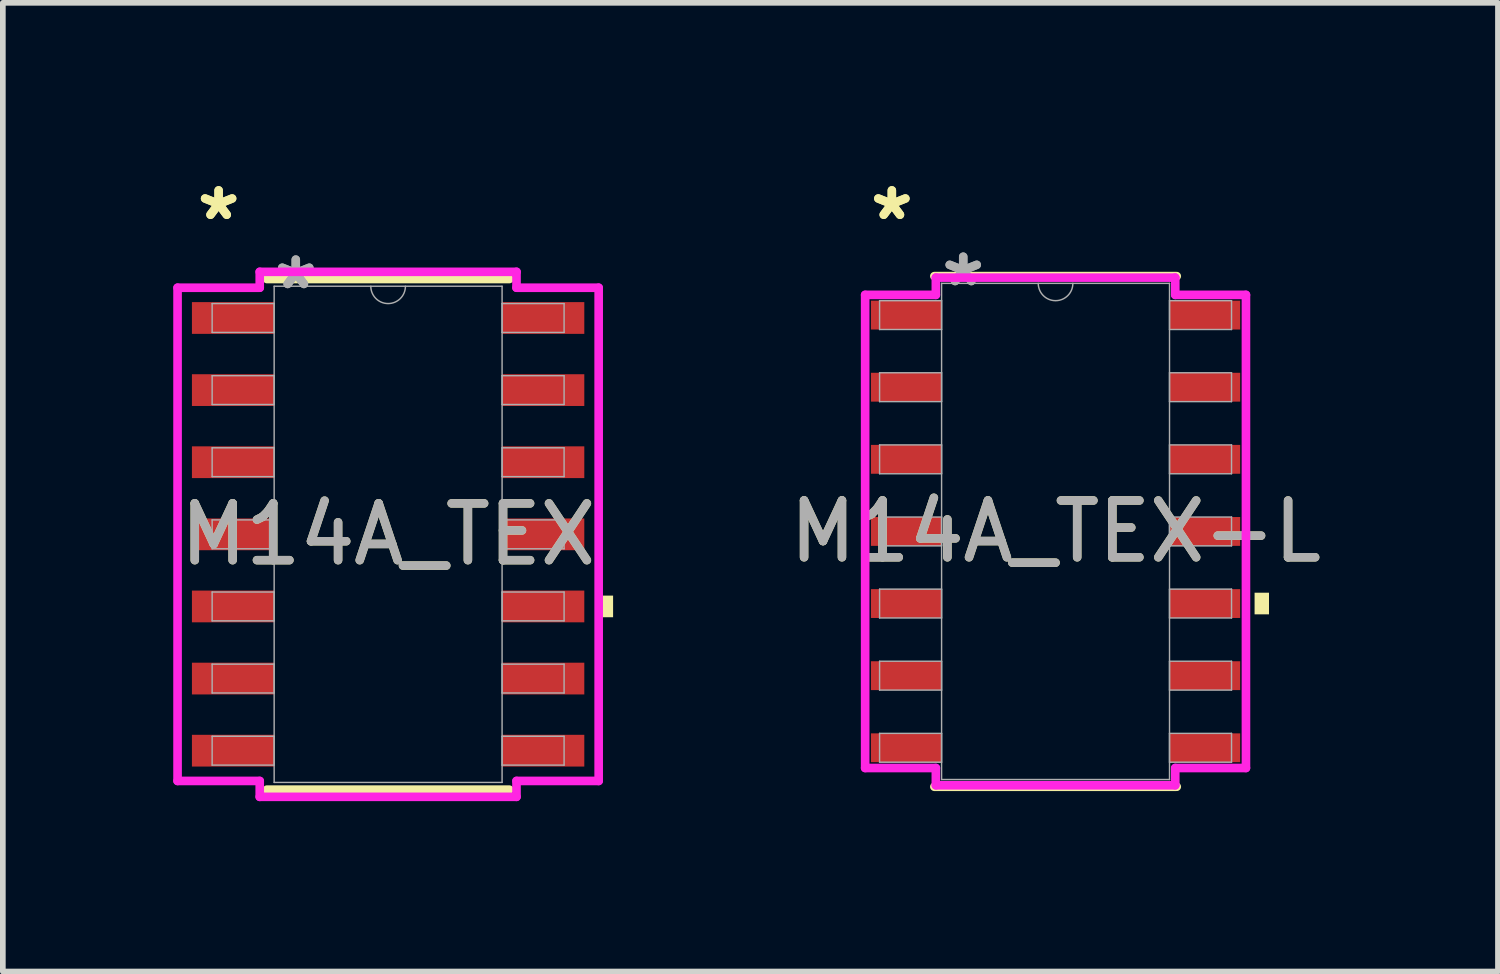
<source format=kicad_pcb>
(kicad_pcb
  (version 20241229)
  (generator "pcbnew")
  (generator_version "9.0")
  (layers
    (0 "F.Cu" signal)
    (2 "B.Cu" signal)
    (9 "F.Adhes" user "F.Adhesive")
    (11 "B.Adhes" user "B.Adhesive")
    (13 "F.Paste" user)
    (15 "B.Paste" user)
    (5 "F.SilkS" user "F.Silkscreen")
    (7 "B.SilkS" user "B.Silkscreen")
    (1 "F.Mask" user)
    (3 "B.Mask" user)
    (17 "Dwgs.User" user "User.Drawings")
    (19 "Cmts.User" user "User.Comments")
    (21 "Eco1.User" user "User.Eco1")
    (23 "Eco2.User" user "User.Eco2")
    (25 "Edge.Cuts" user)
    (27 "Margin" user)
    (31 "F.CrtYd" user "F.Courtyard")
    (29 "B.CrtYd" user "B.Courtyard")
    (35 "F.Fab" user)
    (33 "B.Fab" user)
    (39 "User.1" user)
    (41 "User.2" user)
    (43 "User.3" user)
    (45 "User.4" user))
  (footprint "M14A_TEX-L"
    (layer "F.Cu")
    (at 15.539 6.309)
    (property "Reference" "M14A_TEX-L" (at 0 0 0) (unlocked yes) (layer "F.SilkS") (effects (font (size 1 1) (thickness 0.15))))
    (attr smd)
    (fp_line (start -2.134 4.496) (end 2.134 4.496) (stroke (width 0.152) (type solid)) (layer "F.SilkS"))
    (fp_line (start 2.134 -4.496) (end -2.134 -4.496) (stroke (width 0.152) (type solid)) (layer "F.SilkS"))
    (fp_poly (pts (xy 3.759 1.079) (xy 3.759 1.46) (xy 3.505 1.46) (xy 3.505 1.079)) (stroke (width 0) (type solid)) (fill yes) (layer "F.SilkS"))
    (fp_line (start -3.353 -4.166) (end -2.108 -4.166) (stroke (width 0.152) (type solid)) (layer "F.CrtYd"))
    (fp_line (start -3.353 4.166) (end -3.353 -4.166) (stroke (width 0.152) (type solid)) (layer "F.CrtYd"))
    (fp_line (start -3.353 4.166) (end -2.108 4.166) (stroke (width 0.152) (type solid)) (layer "F.CrtYd"))
    (fp_line (start -2.108 -4.47) (end 2.108 -4.47) (stroke (width 0.152) (type solid)) (layer "F.CrtYd"))
    (fp_line (start -2.108 -4.166) (end -2.108 -4.47) (stroke (width 0.152) (type solid)) (layer "F.CrtYd"))
    (fp_line (start -2.108 4.47) (end -2.108 4.166) (stroke (width 0.152) (type solid)) (layer "F.CrtYd"))
    (fp_line (start 2.108 -4.47) (end 2.108 -4.166) (stroke (width 0.152) (type solid)) (layer "F.CrtYd"))
    (fp_line (start 2.108 4.166) (end 2.108 4.47) (stroke (width 0.152) (type solid)) (layer "F.CrtYd"))
    (fp_line (start 2.108 4.47) (end -2.108 4.47) (stroke (width 0.152) (type solid)) (layer "F.CrtYd"))
    (fp_line (start 3.353 -4.166) (end 2.108 -4.166) (stroke (width 0.152) (type solid)) (layer "F.CrtYd"))
    (fp_line (start 3.353 -4.166) (end 3.353 4.166) (stroke (width 0.152) (type solid)) (layer "F.CrtYd"))
    (fp_line (start 3.353 4.166) (end 2.108 4.166) (stroke (width 0.152) (type solid)) (layer "F.CrtYd"))
    (fp_line (start -3.099 -4.064) (end -3.099 -3.556) (stroke (width 0.025) (type solid)) (layer "F.Fab"))
    (fp_line (start -3.099 -3.556) (end -2.007 -3.556) (stroke (width 0.025) (type solid)) (layer "F.Fab"))
    (fp_line (start -3.099 -2.794) (end -3.099 -2.286) (stroke (width 0.025) (type solid)) (layer "F.Fab"))
    (fp_line (start -3.099 -2.286) (end -2.007 -2.286) (stroke (width 0.025) (type solid)) (layer "F.Fab"))
    (fp_line (start -3.099 -1.524) (end -3.099 -1.016) (stroke (width 0.025) (type solid)) (layer "F.Fab"))
    (fp_line (start -3.099 -1.016) (end -2.007 -1.016) (stroke (width 0.025) (type solid)) (layer "F.Fab"))
    (fp_line (start -3.099 -0.254) (end -3.099 0.254) (stroke (width 0.025) (type solid)) (layer "F.Fab"))
    (fp_line (start -3.099 0.254) (end -2.007 0.254) (stroke (width 0.025) (type solid)) (layer "F.Fab"))
    (fp_line (start -3.099 1.016) (end -3.099 1.524) (stroke (width 0.025) (type solid)) (layer "F.Fab"))
    (fp_line (start -3.099 1.524) (end -2.007 1.524) (stroke (width 0.025) (type solid)) (layer "F.Fab"))
    (fp_line (start -3.099 2.286) (end -3.099 2.794) (stroke (width 0.025) (type solid)) (layer "F.Fab"))
    (fp_line (start -3.099 2.794) (end -2.007 2.794) (stroke (width 0.025) (type solid)) (layer "F.Fab"))
    (fp_line (start -3.099 3.556) (end -3.099 4.064) (stroke (width 0.025) (type solid)) (layer "F.Fab"))
    (fp_line (start -3.099 4.064) (end -2.007 4.064) (stroke (width 0.025) (type solid)) (layer "F.Fab"))
    (fp_line (start -2.007 -4.369) (end -2.007 4.369) (stroke (width 0.025) (type solid)) (layer "F.Fab"))
    (fp_line (start -2.007 -4.064) (end -3.099 -4.064) (stroke (width 0.025) (type solid)) (layer "F.Fab"))
    (fp_line (start -2.007 -3.556) (end -2.007 -4.064) (stroke (width 0.025) (type solid)) (layer "F.Fab"))
    (fp_line (start -2.007 -2.794) (end -3.099 -2.794) (stroke (width 0.025) (type solid)) (layer "F.Fab"))
    (fp_line (start -2.007 -2.286) (end -2.007 -2.794) (stroke (width 0.025) (type solid)) (layer "F.Fab"))
    (fp_line (start -2.007 -1.524) (end -3.099 -1.524) (stroke (width 0.025) (type solid)) (layer "F.Fab"))
    (fp_line (start -2.007 -1.016) (end -2.007 -1.524) (stroke (width 0.025) (type solid)) (layer "F.Fab"))
    (fp_line (start -2.007 -0.254) (end -3.099 -0.254) (stroke (width 0.025) (type solid)) (layer "F.Fab"))
    (fp_line (start -2.007 0.254) (end -2.007 -0.254) (stroke (width 0.025) (type solid)) (layer "F.Fab"))
    (fp_line (start -2.007 1.016) (end -3.099 1.016) (stroke (width 0.025) (type solid)) (layer "F.Fab"))
    (fp_line (start -2.007 1.524) (end -2.007 1.016) (stroke (width 0.025) (type solid)) (layer "F.Fab"))
    (fp_line (start -2.007 2.286) (end -3.099 2.286) (stroke (width 0.025) (type solid)) (layer "F.Fab"))
    (fp_line (start -2.007 2.794) (end -2.007 2.286) (stroke (width 0.025) (type solid)) (layer "F.Fab"))
    (fp_line (start -2.007 3.556) (end -3.099 3.556) (stroke (width 0.025) (type solid)) (layer "F.Fab"))
    (fp_line (start -2.007 4.064) (end -2.007 3.556) (stroke (width 0.025) (type solid)) (layer "F.Fab"))
    (fp_line (start -2.007 4.369) (end 2.007 4.369) (stroke (width 0.025) (type solid)) (layer "F.Fab"))
    (fp_line (start 2.007 -4.369) (end -2.007 -4.369) (stroke (width 0.025) (type solid)) (layer "F.Fab"))
    (fp_line (start 2.007 -4.064) (end 2.007 -3.556) (stroke (width 0.025) (type solid)) (layer "F.Fab"))
    (fp_line (start 2.007 -3.556) (end 3.099 -3.556) (stroke (width 0.025) (type solid)) (layer "F.Fab"))
    (fp_line (start 2.007 -2.794) (end 2.007 -2.286) (stroke (width 0.025) (type solid)) (layer "F.Fab"))
    (fp_line (start 2.007 -2.286) (end 3.099 -2.286) (stroke (width 0.025) (type solid)) (layer "F.Fab"))
    (fp_line (start 2.007 -1.524) (end 2.007 -1.016) (stroke (width 0.025) (type solid)) (layer "F.Fab"))
    (fp_line (start 2.007 -1.016) (end 3.099 -1.016) (stroke (width 0.025) (type solid)) (layer "F.Fab"))
    (fp_line (start 2.007 -0.254) (end 2.007 0.254) (stroke (width 0.025) (type solid)) (layer "F.Fab"))
    (fp_line (start 2.007 0.254) (end 3.099 0.254) (stroke (width 0.025) (type solid)) (layer "F.Fab"))
    (fp_line (start 2.007 1.016) (end 2.007 1.524) (stroke (width 0.025) (type solid)) (layer "F.Fab"))
    (fp_line (start 2.007 1.524) (end 3.099 1.524) (stroke (width 0.025) (type solid)) (layer "F.Fab"))
    (fp_line (start 2.007 2.286) (end 2.007 2.794) (stroke (width 0.025) (type solid)) (layer "F.Fab"))
    (fp_line (start 2.007 2.794) (end 3.099 2.794) (stroke (width 0.025) (type solid)) (layer "F.Fab"))
    (fp_line (start 2.007 3.556) (end 2.007 4.064) (stroke (width 0.025) (type solid)) (layer "F.Fab"))
    (fp_line (start 2.007 4.064) (end 3.099 4.064) (stroke (width 0.025) (type solid)) (layer "F.Fab"))
    (fp_line (start 2.007 4.369) (end 2.007 -4.369) (stroke (width 0.025) (type solid)) (layer "F.Fab"))
    (fp_line (start 3.099 -4.064) (end 2.007 -4.064) (stroke (width 0.025) (type solid)) (layer "F.Fab"))
    (fp_line (start 3.099 -3.556) (end 3.099 -4.064) (stroke (width 0.025) (type solid)) (layer "F.Fab"))
    (fp_line (start 3.099 -2.794) (end 2.007 -2.794) (stroke (width 0.025) (type solid)) (layer "F.Fab"))
    (fp_line (start 3.099 -2.286) (end 3.099 -2.794) (stroke (width 0.025) (type solid)) (layer "F.Fab"))
    (fp_line (start 3.099 -1.524) (end 2.007 -1.524) (stroke (width 0.025) (type solid)) (layer "F.Fab"))
    (fp_line (start 3.099 -1.016) (end 3.099 -1.524) (stroke (width 0.025) (type solid)) (layer "F.Fab"))
    (fp_line (start 3.099 -0.254) (end 2.007 -0.254) (stroke (width 0.025) (type solid)) (layer "F.Fab"))
    (fp_line (start 3.099 0.254) (end 3.099 -0.254) (stroke (width 0.025) (type solid)) (layer "F.Fab"))
    (fp_line (start 3.099 1.016) (end 2.007 1.016) (stroke (width 0.025) (type solid)) (layer "F.Fab"))
    (fp_line (start 3.099 1.524) (end 3.099 1.016) (stroke (width 0.025) (type solid)) (layer "F.Fab"))
    (fp_line (start 3.099 2.286) (end 2.007 2.286) (stroke (width 0.025) (type solid)) (layer "F.Fab"))
    (fp_line (start 3.099 2.794) (end 3.099 2.286) (stroke (width 0.025) (type solid)) (layer "F.Fab"))
    (fp_line (start 3.099 3.556) (end 2.007 3.556) (stroke (width 0.025) (type solid)) (layer "F.Fab"))
    (fp_line (start 3.099 4.064) (end 3.099 3.556) (stroke (width 0.025) (type solid)) (layer "F.Fab"))
    (fp_arc (start 0.3048 -4.3688) (mid 0 -4.064) (end -0.3048 -4.3688) (stroke (width 0.0254) (type solid)) (layer "F.Fab"))
    (fp_text user "*" (at -2.883 -5.461 0) (layer "F.SilkS") (effects (font (size 1 1) (thickness 0.15))))
    (fp_text user "*" (at -2.883 -5.461 0) (unlocked yes) (layer "F.SilkS") (effects (font (size 1 1) (thickness 0.15))))
    (fp_text user "${REFERENCE}" (at 0 0 0) (unlocked yes) (layer "F.Fab") (effects (font (size 1 1) (thickness 0.15))))
    (fp_text user "*" (at -1.626 -4.293 0) (unlocked yes) (layer "F.Fab") (effects (font (size 1 1) (thickness 0.15))))
    (fp_text user "*" (at -1.626 -4.293 0) (layer "F.Fab") (effects (font (size 1 1) (thickness 0.15))))
    (pad "1" smd rect (at -2.629 -3.81) (size 1.245 0.508) (layers "F.Cu" "F.Mask" "F.Paste"))
    (pad "2" smd rect (at -2.629 -2.54) (size 1.245 0.508) (layers "F.Cu" "F.Mask" "F.Paste"))
    (pad "3" smd rect (at -2.629 -1.27) (size 1.245 0.508) (layers "F.Cu" "F.Mask" "F.Paste"))
    (pad "4" smd rect (at -2.629 0) (size 1.245 0.508) (layers "F.Cu" "F.Mask" "F.Paste"))
    (pad "5" smd rect (at -2.629 1.27) (size 1.245 0.508) (layers "F.Cu" "F.Mask" "F.Paste"))
    (pad "6" smd rect (at -2.629 2.54) (size 1.245 0.508) (layers "F.Cu" "F.Mask" "F.Paste"))
    (pad "7" smd rect (at -2.629 3.81) (size 1.245 0.508) (layers "F.Cu" "F.Mask" "F.Paste"))
    (pad "8" smd rect (at 2.629 3.81) (size 1.245 0.508) (layers "F.Cu" "F.Mask" "F.Paste"))
    (pad "9" smd rect (at 2.629 2.54) (size 1.245 0.508) (layers "F.Cu" "F.Mask" "F.Paste"))
    (pad "10" smd rect (at 2.629 1.27) (size 1.245 0.508) (layers "F.Cu" "F.Mask" "F.Paste"))
    (pad "11" smd rect (at 2.629 0) (size 1.245 0.508) (layers "F.Cu" "F.Mask" "F.Paste"))
    (pad "12" smd rect (at 2.629 -1.27) (size 1.245 0.508) (layers "F.Cu" "F.Mask" "F.Paste"))
    (pad "13" smd rect (at 2.629 -2.54) (size 1.245 0.508) (layers "F.Cu" "F.Mask" "F.Paste"))
    (pad "14" smd rect (at 2.629 -3.81) (size 1.245 0.508) (layers "F.Cu" "F.Mask" "F.Paste")))
  (footprint "M14A_TEX"
    (layer "F.Cu")
    (at 3.785 6.36)
    (property "Reference" "M14A_TEX" (at 0 0 0) (unlocked yes) (layer "F.SilkS") (effects (font (size 1 1) (thickness 0.15))))
    (attr smd)
    (fp_line (start -2.134 4.496) (end 2.134 4.496) (stroke (width 0.152) (type solid)) (layer "F.SilkS"))
    (fp_line (start 2.134 -4.496) (end -2.134 -4.496) (stroke (width 0.152) (type solid)) (layer "F.SilkS"))
    (fp_poly (pts (xy 3.962 1.079) (xy 3.962 1.46) (xy 3.708 1.46) (xy 3.708 1.079)) (stroke (width 0) (type solid)) (fill yes) (layer "F.SilkS"))
    (fp_line (start -3.708 -4.343) (end -2.261 -4.343) (stroke (width 0.152) (type solid)) (layer "F.CrtYd"))
    (fp_line (start -3.708 4.343) (end -3.708 -4.343) (stroke (width 0.152) (type solid)) (layer "F.CrtYd"))
    (fp_line (start -3.708 4.343) (end -2.261 4.343) (stroke (width 0.152) (type solid)) (layer "F.CrtYd"))
    (fp_line (start -2.261 -4.623) (end 2.261 -4.623) (stroke (width 0.152) (type solid)) (layer "F.CrtYd"))
    (fp_line (start -2.261 -4.343) (end -2.261 -4.623) (stroke (width 0.152) (type solid)) (layer "F.CrtYd"))
    (fp_line (start -2.261 4.623) (end -2.261 4.343) (stroke (width 0.152) (type solid)) (layer "F.CrtYd"))
    (fp_line (start 2.261 -4.623) (end 2.261 -4.343) (stroke (width 0.152) (type solid)) (layer "F.CrtYd"))
    (fp_line (start 2.261 4.343) (end 2.261 4.623) (stroke (width 0.152) (type solid)) (layer "F.CrtYd"))
    (fp_line (start 2.261 4.623) (end -2.261 4.623) (stroke (width 0.152) (type solid)) (layer "F.CrtYd"))
    (fp_line (start 3.708 -4.343) (end 2.261 -4.343) (stroke (width 0.152) (type solid)) (layer "F.CrtYd"))
    (fp_line (start 3.708 -4.343) (end 3.708 4.343) (stroke (width 0.152) (type solid)) (layer "F.CrtYd"))
    (fp_line (start 3.708 4.343) (end 2.261 4.343) (stroke (width 0.152) (type solid)) (layer "F.CrtYd"))
    (fp_line (start -3.099 -4.064) (end -3.099 -3.556) (stroke (width 0.025) (type solid)) (layer "F.Fab"))
    (fp_line (start -3.099 -3.556) (end -2.007 -3.556) (stroke (width 0.025) (type solid)) (layer "F.Fab"))
    (fp_line (start -3.099 -2.794) (end -3.099 -2.286) (stroke (width 0.025) (type solid)) (layer "F.Fab"))
    (fp_line (start -3.099 -2.286) (end -2.007 -2.286) (stroke (width 0.025) (type solid)) (layer "F.Fab"))
    (fp_line (start -3.099 -1.524) (end -3.099 -1.016) (stroke (width 0.025) (type solid)) (layer "F.Fab"))
    (fp_line (start -3.099 -1.016) (end -2.007 -1.016) (stroke (width 0.025) (type solid)) (layer "F.Fab"))
    (fp_line (start -3.099 -0.254) (end -3.099 0.254) (stroke (width 0.025) (type solid)) (layer "F.Fab"))
    (fp_line (start -3.099 0.254) (end -2.007 0.254) (stroke (width 0.025) (type solid)) (layer "F.Fab"))
    (fp_line (start -3.099 1.016) (end -3.099 1.524) (stroke (width 0.025) (type solid)) (layer "F.Fab"))
    (fp_line (start -3.099 1.524) (end -2.007 1.524) (stroke (width 0.025) (type solid)) (layer "F.Fab"))
    (fp_line (start -3.099 2.286) (end -3.099 2.794) (stroke (width 0.025) (type solid)) (layer "F.Fab"))
    (fp_line (start -3.099 2.794) (end -2.007 2.794) (stroke (width 0.025) (type solid)) (layer "F.Fab"))
    (fp_line (start -3.099 3.556) (end -3.099 4.064) (stroke (width 0.025) (type solid)) (layer "F.Fab"))
    (fp_line (start -3.099 4.064) (end -2.007 4.064) (stroke (width 0.025) (type solid)) (layer "F.Fab"))
    (fp_line (start -2.007 -4.369) (end -2.007 4.369) (stroke (width 0.025) (type solid)) (layer "F.Fab"))
    (fp_line (start -2.007 -4.064) (end -3.099 -4.064) (stroke (width 0.025) (type solid)) (layer "F.Fab"))
    (fp_line (start -2.007 -3.556) (end -2.007 -4.064) (stroke (width 0.025) (type solid)) (layer "F.Fab"))
    (fp_line (start -2.007 -2.794) (end -3.099 -2.794) (stroke (width 0.025) (type solid)) (layer "F.Fab"))
    (fp_line (start -2.007 -2.286) (end -2.007 -2.794) (stroke (width 0.025) (type solid)) (layer "F.Fab"))
    (fp_line (start -2.007 -1.524) (end -3.099 -1.524) (stroke (width 0.025) (type solid)) (layer "F.Fab"))
    (fp_line (start -2.007 -1.016) (end -2.007 -1.524) (stroke (width 0.025) (type solid)) (layer "F.Fab"))
    (fp_line (start -2.007 -0.254) (end -3.099 -0.254) (stroke (width 0.025) (type solid)) (layer "F.Fab"))
    (fp_line (start -2.007 0.254) (end -2.007 -0.254) (stroke (width 0.025) (type solid)) (layer "F.Fab"))
    (fp_line (start -2.007 1.016) (end -3.099 1.016) (stroke (width 0.025) (type solid)) (layer "F.Fab"))
    (fp_line (start -2.007 1.524) (end -2.007 1.016) (stroke (width 0.025) (type solid)) (layer "F.Fab"))
    (fp_line (start -2.007 2.286) (end -3.099 2.286) (stroke (width 0.025) (type solid)) (layer "F.Fab"))
    (fp_line (start -2.007 2.794) (end -2.007 2.286) (stroke (width 0.025) (type solid)) (layer "F.Fab"))
    (fp_line (start -2.007 3.556) (end -3.099 3.556) (stroke (width 0.025) (type solid)) (layer "F.Fab"))
    (fp_line (start -2.007 4.064) (end -2.007 3.556) (stroke (width 0.025) (type solid)) (layer "F.Fab"))
    (fp_line (start -2.007 4.369) (end 2.007 4.369) (stroke (width 0.025) (type solid)) (layer "F.Fab"))
    (fp_line (start 2.007 -4.369) (end -2.007 -4.369) (stroke (width 0.025) (type solid)) (layer "F.Fab"))
    (fp_line (start 2.007 -4.064) (end 2.007 -3.556) (stroke (width 0.025) (type solid)) (layer "F.Fab"))
    (fp_line (start 2.007 -3.556) (end 3.099 -3.556) (stroke (width 0.025) (type solid)) (layer "F.Fab"))
    (fp_line (start 2.007 -2.794) (end 2.007 -2.286) (stroke (width 0.025) (type solid)) (layer "F.Fab"))
    (fp_line (start 2.007 -2.286) (end 3.099 -2.286) (stroke (width 0.025) (type solid)) (layer "F.Fab"))
    (fp_line (start 2.007 -1.524) (end 2.007 -1.016) (stroke (width 0.025) (type solid)) (layer "F.Fab"))
    (fp_line (start 2.007 -1.016) (end 3.099 -1.016) (stroke (width 0.025) (type solid)) (layer "F.Fab"))
    (fp_line (start 2.007 -0.254) (end 2.007 0.254) (stroke (width 0.025) (type solid)) (layer "F.Fab"))
    (fp_line (start 2.007 0.254) (end 3.099 0.254) (stroke (width 0.025) (type solid)) (layer "F.Fab"))
    (fp_line (start 2.007 1.016) (end 2.007 1.524) (stroke (width 0.025) (type solid)) (layer "F.Fab"))
    (fp_line (start 2.007 1.524) (end 3.099 1.524) (stroke (width 0.025) (type solid)) (layer "F.Fab"))
    (fp_line (start 2.007 2.286) (end 2.007 2.794) (stroke (width 0.025) (type solid)) (layer "F.Fab"))
    (fp_line (start 2.007 2.794) (end 3.099 2.794) (stroke (width 0.025) (type solid)) (layer "F.Fab"))
    (fp_line (start 2.007 3.556) (end 2.007 4.064) (stroke (width 0.025) (type solid)) (layer "F.Fab"))
    (fp_line (start 2.007 4.064) (end 3.099 4.064) (stroke (width 0.025) (type solid)) (layer "F.Fab"))
    (fp_line (start 2.007 4.369) (end 2.007 -4.369) (stroke (width 0.025) (type solid)) (layer "F.Fab"))
    (fp_line (start 3.099 -4.064) (end 2.007 -4.064) (stroke (width 0.025) (type solid)) (layer "F.Fab"))
    (fp_line (start 3.099 -3.556) (end 3.099 -4.064) (stroke (width 0.025) (type solid)) (layer "F.Fab"))
    (fp_line (start 3.099 -2.794) (end 2.007 -2.794) (stroke (width 0.025) (type solid)) (layer "F.Fab"))
    (fp_line (start 3.099 -2.286) (end 3.099 -2.794) (stroke (width 0.025) (type solid)) (layer "F.Fab"))
    (fp_line (start 3.099 -1.524) (end 2.007 -1.524) (stroke (width 0.025) (type solid)) (layer "F.Fab"))
    (fp_line (start 3.099 -1.016) (end 3.099 -1.524) (stroke (width 0.025) (type solid)) (layer "F.Fab"))
    (fp_line (start 3.099 -0.254) (end 2.007 -0.254) (stroke (width 0.025) (type solid)) (layer "F.Fab"))
    (fp_line (start 3.099 0.254) (end 3.099 -0.254) (stroke (width 0.025) (type solid)) (layer "F.Fab"))
    (fp_line (start 3.099 1.016) (end 2.007 1.016) (stroke (width 0.025) (type solid)) (layer "F.Fab"))
    (fp_line (start 3.099 1.524) (end 3.099 1.016) (stroke (width 0.025) (type solid)) (layer "F.Fab"))
    (fp_line (start 3.099 2.286) (end 2.007 2.286) (stroke (width 0.025) (type solid)) (layer "F.Fab"))
    (fp_line (start 3.099 2.794) (end 3.099 2.286) (stroke (width 0.025) (type solid)) (layer "F.Fab"))
    (fp_line (start 3.099 3.556) (end 2.007 3.556) (stroke (width 0.025) (type solid)) (layer "F.Fab"))
    (fp_line (start 3.099 4.064) (end 3.099 3.556) (stroke (width 0.025) (type solid)) (layer "F.Fab"))
    (fp_arc (start 0.3048 -4.3688) (mid 0 -4.064) (end -0.3048 -4.3688) (stroke (width 0.0254) (type solid)) (layer "F.Fab"))
    (fp_text user "*" (at -2.985 -5.512 0) (unlocked yes) (layer "F.SilkS") (effects (font (size 1 1) (thickness 0.15))))
    (fp_text user "*" (at -2.985 -5.512 0) (layer "F.SilkS") (effects (font (size 1 1) (thickness 0.15))))
    (fp_text user "*" (at -1.626 -4.293 0) (unlocked yes) (layer "F.Fab") (effects (font (size 1 1) (thickness 0.15))))
    (fp_text user "${REFERENCE}" (at 0 0 0) (unlocked yes) (layer "F.Fab") (effects (font (size 1 1) (thickness 0.15))))
    (fp_text user "*" (at -1.626 -4.293 0) (layer "F.Fab") (effects (font (size 1 1) (thickness 0.15))))
    (pad "1" smd rect (at -2.731 -3.81) (size 1.448 0.559) (layers "F.Cu" "F.Mask" "F.Paste"))
    (pad "2" smd rect (at -2.731 -2.54) (size 1.448 0.559) (layers "F.Cu" "F.Mask" "F.Paste"))
    (pad "3" smd rect (at -2.731 -1.27) (size 1.448 0.559) (layers "F.Cu" "F.Mask" "F.Paste"))
    (pad "4" smd rect (at -2.731 0) (size 1.448 0.559) (layers "F.Cu" "F.Mask" "F.Paste"))
    (pad "5" smd rect (at -2.731 1.27) (size 1.448 0.559) (layers "F.Cu" "F.Mask" "F.Paste"))
    (pad "6" smd rect (at -2.731 2.54) (size 1.448 0.559) (layers "F.Cu" "F.Mask" "F.Paste"))
    (pad "7" smd rect (at -2.731 3.81) (size 1.448 0.559) (layers "F.Cu" "F.Mask" "F.Paste"))
    (pad "8" smd rect (at 2.731 3.81) (size 1.448 0.559) (layers "F.Cu" "F.Mask" "F.Paste"))
    (pad "9" smd rect (at 2.731 2.54) (size 1.448 0.559) (layers "F.Cu" "F.Mask" "F.Paste"))
    (pad "10" smd rect (at 2.731 1.27) (size 1.448 0.559) (layers "F.Cu" "F.Mask" "F.Paste"))
    (pad "11" smd rect (at 2.731 0) (size 1.448 0.559) (layers "F.Cu" "F.Mask" "F.Paste"))
    (pad "12" smd rect (at 2.731 -1.27) (size 1.448 0.559) (layers "F.Cu" "F.Mask" "F.Paste"))
    (pad "13" smd rect (at 2.731 -2.54) (size 1.448 0.559) (layers "F.Cu" "F.Mask" "F.Paste"))
    (pad "14" smd rect (at 2.731 -3.81) (size 1.448 0.559) (layers "F.Cu" "F.Mask" "F.Paste")))
  (gr_rect
    (start -3 -3)
    (end 23.33 14.059)
    (stroke (width 0.1) (type default))
    (fill no)
    (layer "Edge.Cuts")))
</source>
